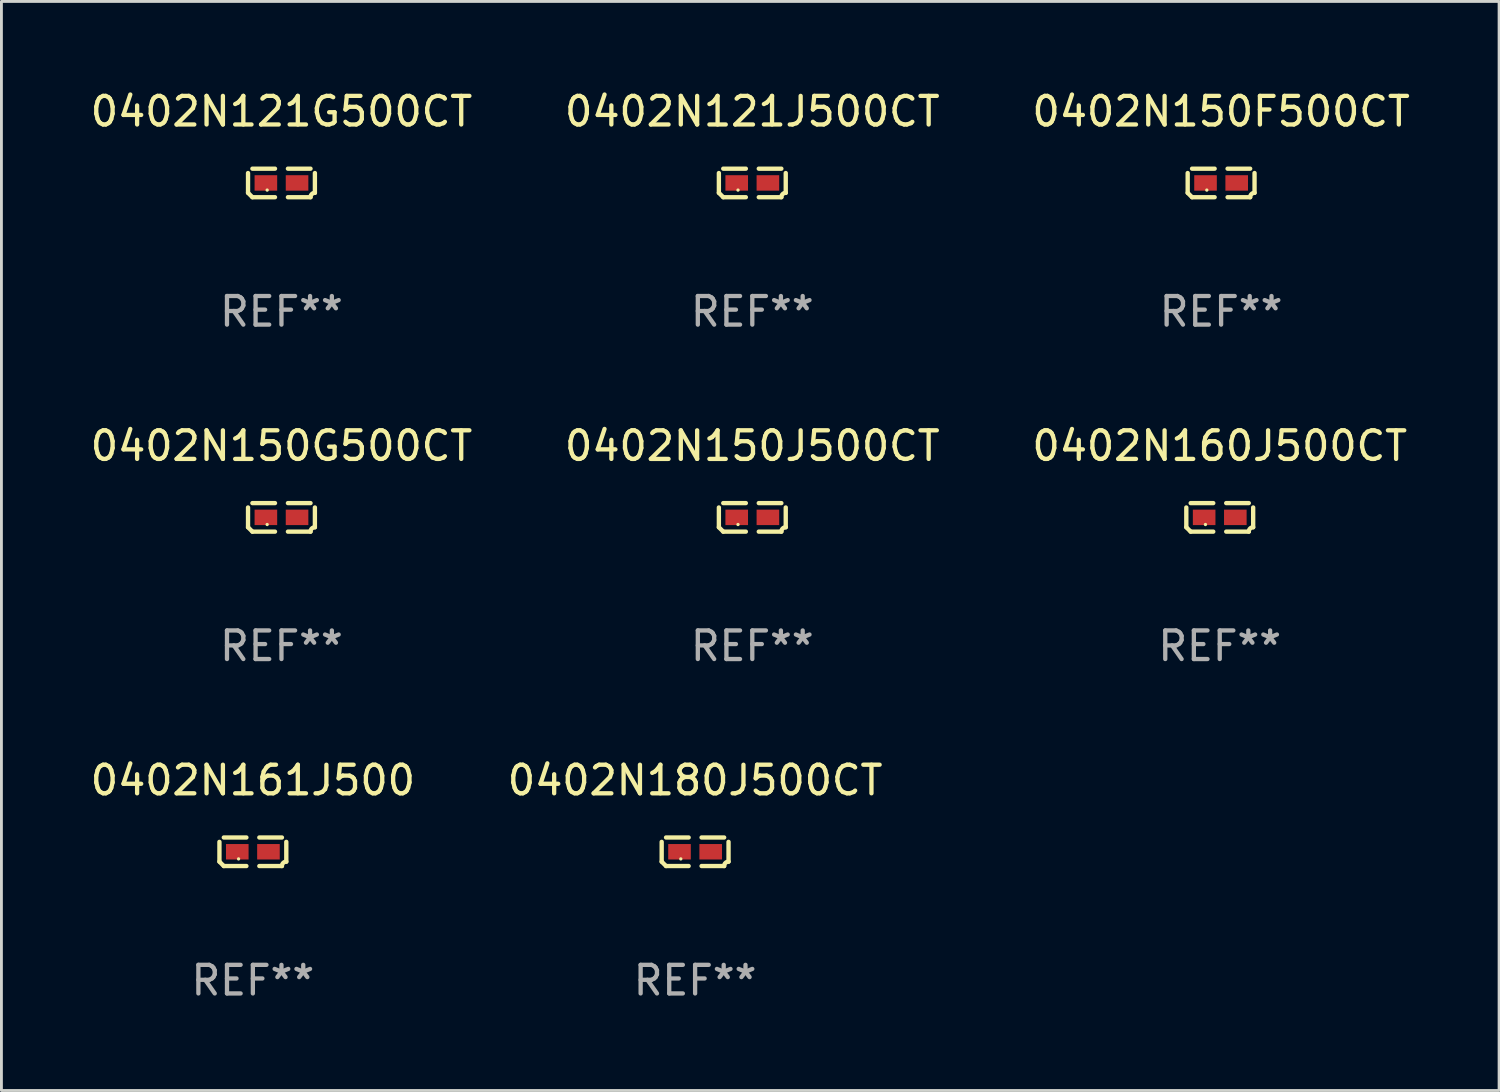
<source format=kicad_pcb>
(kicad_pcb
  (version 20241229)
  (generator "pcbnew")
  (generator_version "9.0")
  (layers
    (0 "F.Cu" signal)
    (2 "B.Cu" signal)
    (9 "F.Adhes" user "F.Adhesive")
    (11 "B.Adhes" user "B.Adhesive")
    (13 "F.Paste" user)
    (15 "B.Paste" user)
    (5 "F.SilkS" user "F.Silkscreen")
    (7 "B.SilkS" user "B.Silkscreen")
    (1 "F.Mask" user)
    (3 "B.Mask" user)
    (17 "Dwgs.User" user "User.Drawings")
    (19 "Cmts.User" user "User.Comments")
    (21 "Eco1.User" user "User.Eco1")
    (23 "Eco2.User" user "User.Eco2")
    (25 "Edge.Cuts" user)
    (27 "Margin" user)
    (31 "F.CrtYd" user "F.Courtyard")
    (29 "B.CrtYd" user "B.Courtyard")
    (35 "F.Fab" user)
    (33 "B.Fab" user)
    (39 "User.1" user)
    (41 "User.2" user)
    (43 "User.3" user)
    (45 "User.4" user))
  (footprint "0402N150G500CT"
    (layer "F.Cu")
    (at 6.792 15.041)
    (property "Reference" "0402N150G500CT" (at 0 -2.499 0) (layer "F.SilkS") (effects (font (size 1 1) (thickness 0.15))))
    (attr through_hole)
    (fp_line (start -1.169 0.346) (end -1.169 -0.346) (stroke (width 0.152) (type solid)) (layer "F.SilkS"))
    (fp_line (start -1.016 -0.499) (end -0.226 -0.499) (stroke (width 0.152) (type solid)) (layer "F.SilkS"))
    (fp_line (start -0.226 0.499) (end -1.016 0.499) (stroke (width 0.152) (type solid)) (layer "F.SilkS"))
    (fp_line (start 0.226 0.499) (end 1.016 0.499) (stroke (width 0.152) (type solid)) (layer "F.SilkS"))
    (fp_line (start 1.016 -0.499) (end 0.226 -0.499) (stroke (width 0.152) (type solid)) (layer "F.SilkS"))
    (fp_line (start 1.169 0.346) (end 1.169 -0.346) (stroke (width 0.152) (type solid)) (layer "F.SilkS"))
    (fp_arc (start -1.016307 0.498603) (mid -1.092512 0.422405) (end -1.16871 0.3462) (stroke (width 0.1524) (type solid)) (layer "F.SilkS"))
    (fp_arc (start 1.016307 0.498603) (mid 1.060899 0.390758) (end 1.168707 0.346076) (stroke (width 0.1524) (type solid)) (layer "F.SilkS"))
    (fp_circle (center -0.5 0.25) (end -0.47 0.25) (stroke (width 0.06) (type solid)) (fill no) (layer "F.SilkS"))
    (fp_text user "REF**" (at 0 4.499 0) (layer "F.Fab") (effects (font (size 1 1) (thickness 0.15))))
    (pad "1" smd rect (at -0.545 0) (size 0.79 0.54) (layers "F.Cu" "F.Mask" "F.Paste"))
    (pad "2" smd rect (at 0.545 0) (size 0.79 0.54) (layers "F.Cu" "F.Mask" "F.Paste")))
  (footprint "0402N161J500"
    (layer "F.Cu")
    (at 5.792 26.734)
    (property "Reference" "0402N161J500" (at 0 -2.499 0) (layer "F.SilkS") (effects (font (size 1 1) (thickness 0.15))))
    (attr through_hole)
    (fp_line (start -1.169 0.346) (end -1.169 -0.346) (stroke (width 0.152) (type solid)) (layer "F.SilkS"))
    (fp_line (start -1.016 -0.499) (end -0.226 -0.499) (stroke (width 0.152) (type solid)) (layer "F.SilkS"))
    (fp_line (start -0.226 0.499) (end -1.016 0.499) (stroke (width 0.152) (type solid)) (layer "F.SilkS"))
    (fp_line (start 0.226 0.499) (end 1.016 0.499) (stroke (width 0.152) (type solid)) (layer "F.SilkS"))
    (fp_line (start 1.016 -0.499) (end 0.226 -0.499) (stroke (width 0.152) (type solid)) (layer "F.SilkS"))
    (fp_line (start 1.169 0.346) (end 1.169 -0.346) (stroke (width 0.152) (type solid)) (layer "F.SilkS"))
    (fp_arc (start -1.016307 0.498603) (mid -1.092512 0.422405) (end -1.16871 0.3462) (stroke (width 0.1524) (type solid)) (layer "F.SilkS"))
    (fp_arc (start 1.016307 0.498603) (mid 1.060899 0.390758) (end 1.168707 0.346076) (stroke (width 0.1524) (type solid)) (layer "F.SilkS"))
    (fp_circle (center -0.5 0.25) (end -0.47 0.25) (stroke (width 0.06) (type solid)) (fill no) (layer "F.SilkS"))
    (fp_text user "REF**" (at 0 4.499 0) (layer "F.Fab") (effects (font (size 1 1) (thickness 0.15))))
    (pad "1" smd rect (at -0.545 0) (size 0.79 0.54) (layers "F.Cu" "F.Mask" "F.Paste"))
    (pad "2" smd rect (at 0.545 0) (size 0.79 0.54) (layers "F.Cu" "F.Mask" "F.Paste")))
  (footprint "0402N121J500CT"
    (layer "F.Cu")
    (at 23.256 3.347)
    (property "Reference" "0402N121J500CT" (at 0 -2.499 0) (layer "F.SilkS") (effects (font (size 1 1) (thickness 0.15))))
    (attr through_hole)
    (fp_line (start -1.169 0.346) (end -1.169 -0.346) (stroke (width 0.152) (type solid)) (layer "F.SilkS"))
    (fp_line (start -1.016 -0.499) (end -0.226 -0.499) (stroke (width 0.152) (type solid)) (layer "F.SilkS"))
    (fp_line (start -0.226 0.499) (end -1.016 0.499) (stroke (width 0.152) (type solid)) (layer "F.SilkS"))
    (fp_line (start 0.226 0.499) (end 1.016 0.499) (stroke (width 0.152) (type solid)) (layer "F.SilkS"))
    (fp_line (start 1.016 -0.499) (end 0.226 -0.499) (stroke (width 0.152) (type solid)) (layer "F.SilkS"))
    (fp_line (start 1.169 0.346) (end 1.169 -0.346) (stroke (width 0.152) (type solid)) (layer "F.SilkS"))
    (fp_arc (start -1.016307 0.498603) (mid -1.092512 0.422405) (end -1.16871 0.3462) (stroke (width 0.1524) (type solid)) (layer "F.SilkS"))
    (fp_arc (start 1.016307 0.498603) (mid 1.060899 0.390758) (end 1.168707 0.346076) (stroke (width 0.1524) (type solid)) (layer "F.SilkS"))
    (fp_circle (center -0.5 0.25) (end -0.47 0.25) (stroke (width 0.06) (type solid)) (fill no) (layer "F.SilkS"))
    (fp_text user "REF**" (at 0 4.499 0) (layer "F.Fab") (effects (font (size 1 1) (thickness 0.15))))
    (pad "1" smd rect (at -0.545 0) (size 0.79 0.54) (layers "F.Cu" "F.Mask" "F.Paste"))
    (pad "2" smd rect (at 0.545 0) (size 0.79 0.54) (layers "F.Cu" "F.Mask" "F.Paste")))
  (footprint "0402N160J500CT"
    (layer "F.Cu")
    (at 39.601 15.041)
    (property "Reference" "0402N160J500CT" (at 0 -2.499 0) (layer "F.SilkS") (effects (font (size 1 1) (thickness 0.15))))
    (attr through_hole)
    (fp_line (start -1.169 0.346) (end -1.169 -0.346) (stroke (width 0.152) (type solid)) (layer "F.SilkS"))
    (fp_line (start -1.016 -0.499) (end -0.226 -0.499) (stroke (width 0.152) (type solid)) (layer "F.SilkS"))
    (fp_line (start -0.226 0.499) (end -1.016 0.499) (stroke (width 0.152) (type solid)) (layer "F.SilkS"))
    (fp_line (start 0.226 0.499) (end 1.016 0.499) (stroke (width 0.152) (type solid)) (layer "F.SilkS"))
    (fp_line (start 1.016 -0.499) (end 0.226 -0.499) (stroke (width 0.152) (type solid)) (layer "F.SilkS"))
    (fp_line (start 1.169 0.346) (end 1.169 -0.346) (stroke (width 0.152) (type solid)) (layer "F.SilkS"))
    (fp_arc (start -1.016307 0.498603) (mid -1.092512 0.422405) (end -1.16871 0.3462) (stroke (width 0.1524) (type solid)) (layer "F.SilkS"))
    (fp_arc (start 1.016307 0.498603) (mid 1.060899 0.390758) (end 1.168707 0.346076) (stroke (width 0.1524) (type solid)) (layer "F.SilkS"))
    (fp_circle (center -0.5 0.25) (end -0.47 0.25) (stroke (width 0.06) (type solid)) (fill no) (layer "F.SilkS"))
    (fp_text user "REF**" (at 0 4.499 0) (layer "F.Fab") (effects (font (size 1 1) (thickness 0.15))))
    (pad "1" smd rect (at -0.545 0) (size 0.79 0.54) (layers "F.Cu" "F.Mask" "F.Paste"))
    (pad "2" smd rect (at 0.545 0) (size 0.79 0.54) (layers "F.Cu" "F.Mask" "F.Paste")))
  (footprint "0402N121G500CT"
    (layer "F.Cu")
    (at 6.792 3.347)
    (property "Reference" "0402N121G500CT" (at 0 -2.499 0) (layer "F.SilkS") (effects (font (size 1 1) (thickness 0.15))))
    (attr through_hole)
    (fp_line (start -1.169 0.346) (end -1.169 -0.346) (stroke (width 0.152) (type solid)) (layer "F.SilkS"))
    (fp_line (start -1.016 -0.499) (end -0.226 -0.499) (stroke (width 0.152) (type solid)) (layer "F.SilkS"))
    (fp_line (start -0.226 0.499) (end -1.016 0.499) (stroke (width 0.152) (type solid)) (layer "F.SilkS"))
    (fp_line (start 0.226 0.499) (end 1.016 0.499) (stroke (width 0.152) (type solid)) (layer "F.SilkS"))
    (fp_line (start 1.016 -0.499) (end 0.226 -0.499) (stroke (width 0.152) (type solid)) (layer "F.SilkS"))
    (fp_line (start 1.169 0.346) (end 1.169 -0.346) (stroke (width 0.152) (type solid)) (layer "F.SilkS"))
    (fp_arc (start -1.016307 0.498603) (mid -1.092512 0.422405) (end -1.16871 0.3462) (stroke (width 0.1524) (type solid)) (layer "F.SilkS"))
    (fp_arc (start 1.016307 0.498603) (mid 1.060899 0.390758) (end 1.168707 0.346076) (stroke (width 0.1524) (type solid)) (layer "F.SilkS"))
    (fp_circle (center -0.5 0.25) (end -0.47 0.25) (stroke (width 0.06) (type solid)) (fill no) (layer "F.SilkS"))
    (fp_text user "REF**" (at 0 4.499 0) (layer "F.Fab") (effects (font (size 1 1) (thickness 0.15))))
    (pad "1" smd rect (at -0.545 0) (size 0.79 0.54) (layers "F.Cu" "F.Mask" "F.Paste"))
    (pad "2" smd rect (at 0.545 0) (size 0.79 0.54) (layers "F.Cu" "F.Mask" "F.Paste")))
  (footprint "0402N180J500CT"
    (layer "F.Cu")
    (at 21.256 26.734)
    (property "Reference" "0402N180J500CT" (at 0 -2.499 0) (layer "F.SilkS") (effects (font (size 1 1) (thickness 0.15))))
    (attr through_hole)
    (fp_line (start -1.169 0.346) (end -1.169 -0.346) (stroke (width 0.152) (type solid)) (layer "F.SilkS"))
    (fp_line (start -1.016 -0.499) (end -0.226 -0.499) (stroke (width 0.152) (type solid)) (layer "F.SilkS"))
    (fp_line (start -0.226 0.499) (end -1.016 0.499) (stroke (width 0.152) (type solid)) (layer "F.SilkS"))
    (fp_line (start 0.226 0.499) (end 1.016 0.499) (stroke (width 0.152) (type solid)) (layer "F.SilkS"))
    (fp_line (start 1.016 -0.499) (end 0.226 -0.499) (stroke (width 0.152) (type solid)) (layer "F.SilkS"))
    (fp_line (start 1.169 0.346) (end 1.169 -0.346) (stroke (width 0.152) (type solid)) (layer "F.SilkS"))
    (fp_arc (start -1.016307 0.498603) (mid -1.092512 0.422405) (end -1.16871 0.3462) (stroke (width 0.1524) (type solid)) (layer "F.SilkS"))
    (fp_arc (start 1.016307 0.498603) (mid 1.060899 0.390758) (end 1.168707 0.346076) (stroke (width 0.1524) (type solid)) (layer "F.SilkS"))
    (fp_circle (center -0.5 0.25) (end -0.47 0.25) (stroke (width 0.06) (type solid)) (fill no) (layer "F.SilkS"))
    (fp_text user "REF**" (at 0 4.499 0) (layer "F.Fab") (effects (font (size 1 1) (thickness 0.15))))
    (pad "1" smd rect (at -0.545 0) (size 0.79 0.54) (layers "F.Cu" "F.Mask" "F.Paste"))
    (pad "2" smd rect (at 0.545 0) (size 0.79 0.54) (layers "F.Cu" "F.Mask" "F.Paste")))
  (footprint "0402N150F500CT"
    (layer "F.Cu")
    (at 39.649 3.347)
    (property "Reference" "0402N150F500CT" (at 0 -2.499 0) (layer "F.SilkS") (effects (font (size 1 1) (thickness 0.15))))
    (attr through_hole)
    (fp_line (start -1.169 0.346) (end -1.169 -0.346) (stroke (width 0.152) (type solid)) (layer "F.SilkS"))
    (fp_line (start -1.016 -0.499) (end -0.226 -0.499) (stroke (width 0.152) (type solid)) (layer "F.SilkS"))
    (fp_line (start -0.226 0.499) (end -1.016 0.499) (stroke (width 0.152) (type solid)) (layer "F.SilkS"))
    (fp_line (start 0.226 0.499) (end 1.016 0.499) (stroke (width 0.152) (type solid)) (layer "F.SilkS"))
    (fp_line (start 1.016 -0.499) (end 0.226 -0.499) (stroke (width 0.152) (type solid)) (layer "F.SilkS"))
    (fp_line (start 1.169 0.346) (end 1.169 -0.346) (stroke (width 0.152) (type solid)) (layer "F.SilkS"))
    (fp_arc (start -1.016307 0.498603) (mid -1.092512 0.422405) (end -1.16871 0.3462) (stroke (width 0.1524) (type solid)) (layer "F.SilkS"))
    (fp_arc (start 1.016307 0.498603) (mid 1.060899 0.390758) (end 1.168707 0.346076) (stroke (width 0.1524) (type solid)) (layer "F.SilkS"))
    (fp_circle (center -0.5 0.25) (end -0.47 0.25) (stroke (width 0.06) (type solid)) (fill no) (layer "F.SilkS"))
    (fp_text user "REF**" (at 0 4.499 0) (layer "F.Fab") (effects (font (size 1 1) (thickness 0.15))))
    (pad "1" smd rect (at -0.545 0) (size 0.79 0.54) (layers "F.Cu" "F.Mask" "F.Paste"))
    (pad "2" smd rect (at 0.545 0) (size 0.79 0.54) (layers "F.Cu" "F.Mask" "F.Paste")))
  (footprint "0402N150J500CT"
    (layer "F.Cu")
    (at 23.256 15.041)
    (property "Reference" "0402N150J500CT" (at 0 -2.499 0) (layer "F.SilkS") (effects (font (size 1 1) (thickness 0.15))))
    (attr through_hole)
    (fp_line (start -1.169 0.346) (end -1.169 -0.346) (stroke (width 0.152) (type solid)) (layer "F.SilkS"))
    (fp_line (start -1.016 -0.499) (end -0.226 -0.499) (stroke (width 0.152) (type solid)) (layer "F.SilkS"))
    (fp_line (start -0.226 0.499) (end -1.016 0.499) (stroke (width 0.152) (type solid)) (layer "F.SilkS"))
    (fp_line (start 0.226 0.499) (end 1.016 0.499) (stroke (width 0.152) (type solid)) (layer "F.SilkS"))
    (fp_line (start 1.016 -0.499) (end 0.226 -0.499) (stroke (width 0.152) (type solid)) (layer "F.SilkS"))
    (fp_line (start 1.169 0.346) (end 1.169 -0.346) (stroke (width 0.152) (type solid)) (layer "F.SilkS"))
    (fp_arc (start -1.016307 0.498603) (mid -1.092512 0.422405) (end -1.16871 0.3462) (stroke (width 0.1524) (type solid)) (layer "F.SilkS"))
    (fp_arc (start 1.016307 0.498603) (mid 1.060899 0.390758) (end 1.168707 0.346076) (stroke (width 0.1524) (type solid)) (layer "F.SilkS"))
    (fp_circle (center -0.5 0.25) (end -0.47 0.25) (stroke (width 0.06) (type solid)) (fill no) (layer "F.SilkS"))
    (fp_text user "REF**" (at 0 4.499 0) (layer "F.Fab") (effects (font (size 1 1) (thickness 0.15))))
    (pad "1" smd rect (at -0.545 0) (size 0.79 0.54) (layers "F.Cu" "F.Mask" "F.Paste"))
    (pad "2" smd rect (at 0.545 0) (size 0.79 0.54) (layers "F.Cu" "F.Mask" "F.Paste")))
  (gr_rect
    (start -3 -3)
    (end 49.369 35.081)
    (stroke (width 0.1) (type default))
    (fill no)
    (layer "Edge.Cuts")))
</source>
